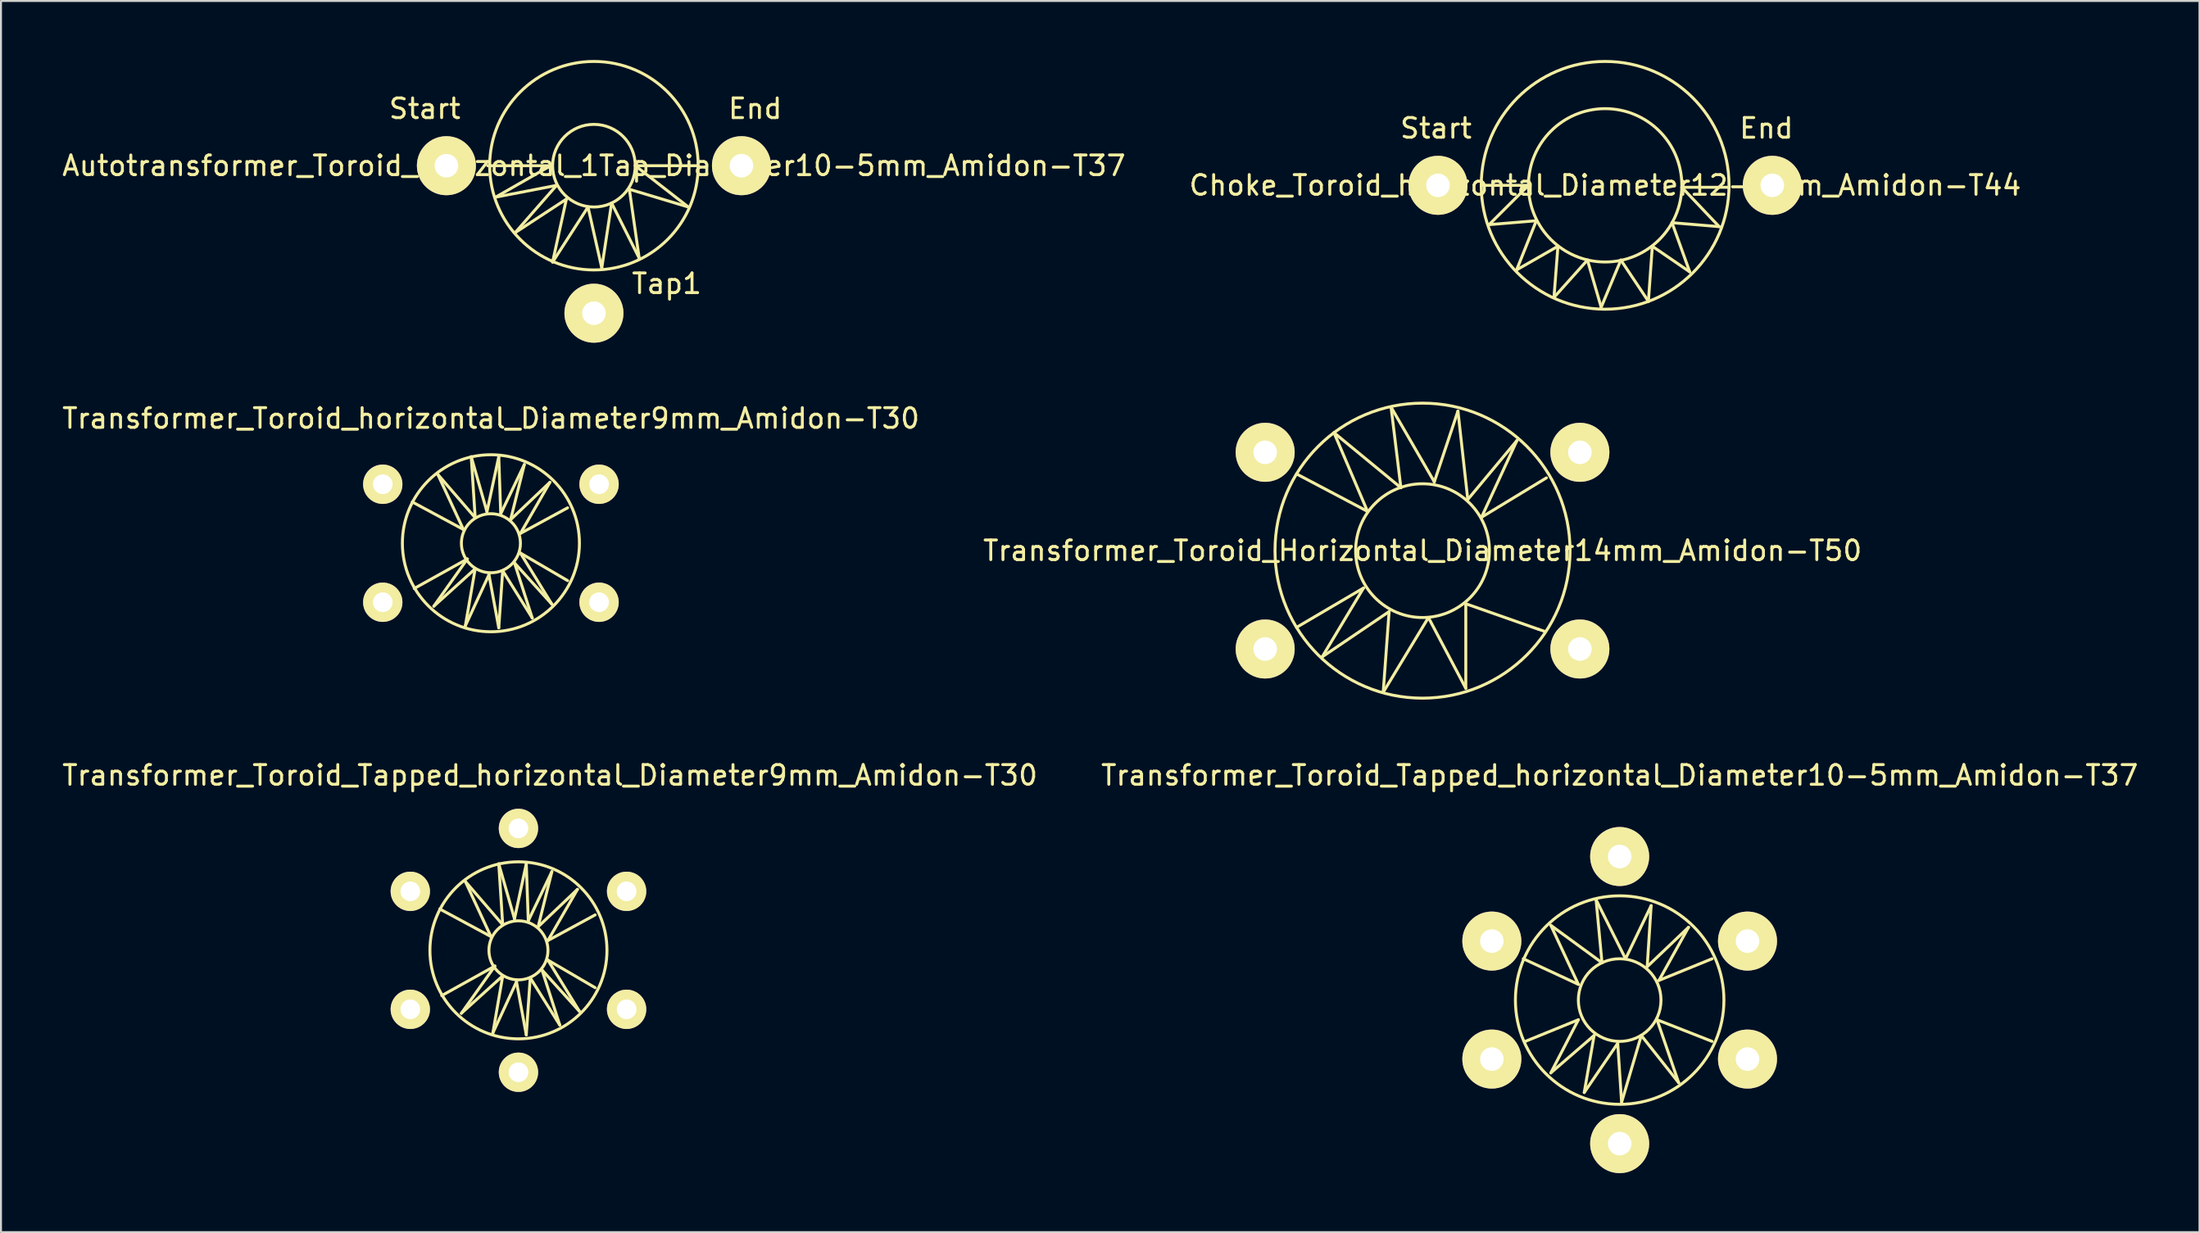
<source format=kicad_pcb>
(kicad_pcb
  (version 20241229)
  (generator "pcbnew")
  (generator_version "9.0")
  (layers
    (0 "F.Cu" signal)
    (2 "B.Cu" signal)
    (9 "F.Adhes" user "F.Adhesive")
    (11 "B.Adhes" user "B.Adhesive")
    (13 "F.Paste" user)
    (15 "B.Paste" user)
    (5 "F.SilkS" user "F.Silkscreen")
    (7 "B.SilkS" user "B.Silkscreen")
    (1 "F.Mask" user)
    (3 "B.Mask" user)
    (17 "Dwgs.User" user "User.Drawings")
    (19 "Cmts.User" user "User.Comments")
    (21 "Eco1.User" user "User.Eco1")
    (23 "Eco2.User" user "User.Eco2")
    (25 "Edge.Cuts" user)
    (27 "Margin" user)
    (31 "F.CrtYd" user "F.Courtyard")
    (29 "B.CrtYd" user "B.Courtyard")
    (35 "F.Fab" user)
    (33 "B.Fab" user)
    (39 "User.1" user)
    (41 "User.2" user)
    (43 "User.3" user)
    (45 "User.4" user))
  (footprint "Choke_Toroid_horizontal_Diameter12-5mm_Amidon-T44"
    (layer "F.Cu")
    (at 78.565 6.374)
    (property "Reference" "Choke_Toroid_horizontal_Diameter12-5mm_Amidon-T44" (at 0 0 0) (layer "F.SilkS") (effects (font (size 1 1) (thickness 0.15))))
    (attr through_hole)
    (fp_line (start -6.2 0) (end -3.899 0) (stroke (width 0.15) (type solid)) (layer "F.SilkS"))
    (fp_line (start -5.9 1.999) (end -3.5 1.801) (stroke (width 0.15) (type solid)) (layer "F.SilkS"))
    (fp_line (start -4.501 4.3) (end -2.4 3.099) (stroke (width 0.15) (type solid)) (layer "F.SilkS"))
    (fp_line (start -3.899 0) (end -5.9 1.999) (stroke (width 0.15) (type solid)) (layer "F.SilkS"))
    (fp_line (start -3.5 1.801) (end -4.501 4.3) (stroke (width 0.15) (type solid)) (layer "F.SilkS"))
    (fp_line (start -2.601 5.7) (end -0.899 3.8) (stroke (width 0.15) (type solid)) (layer "F.SilkS"))
    (fp_line (start -2.4 3.099) (end -2.601 5.7) (stroke (width 0.15) (type solid)) (layer "F.SilkS"))
    (fp_line (start -0.899 3.8) (end -0.201 6.2) (stroke (width 0.15) (type solid)) (layer "F.SilkS"))
    (fp_line (start -0.201 6.2) (end 0.8 3.8) (stroke (width 0.15) (type solid)) (layer "F.SilkS"))
    (fp_line (start 0.8 3.8) (end 2.2 5.9) (stroke (width 0.15) (type solid)) (layer "F.SilkS"))
    (fp_line (start 2.2 5.9) (end 2.4 3.099) (stroke (width 0.15) (type solid)) (layer "F.SilkS"))
    (fp_line (start 2.4 3.099) (end 4.3 4.399) (stroke (width 0.15) (type solid)) (layer "F.SilkS"))
    (fp_line (start 3.401 1.9) (end 5.799 2.101) (stroke (width 0.15) (type solid)) (layer "F.SilkS"))
    (fp_line (start 3.899 0.099) (end 6.299 0.099) (stroke (width 0.15) (type solid)) (layer "F.SilkS"))
    (fp_line (start 4.3 4.399) (end 3.401 1.9) (stroke (width 0.15) (type solid)) (layer "F.SilkS"))
    (fp_line (start 5.799 2.101) (end 3.899 0.099) (stroke (width 0.15) (type solid)) (layer "F.SilkS"))
    (fp_circle (center 0 0) (end 3.899 0) (stroke (width 0.15) (type solid)) (fill no) (layer "F.SilkS"))
    (fp_circle (center 0 0) (end 6.299 0) (stroke (width 0.15) (type solid)) (fill no) (layer "F.SilkS"))
    (fp_text user "Start" (at -8.6 -2.901 0) (layer "F.SilkS") (effects (font (size 1 1) (thickness 0.15))))
    (fp_text user "End" (at 8.199 -2.901 0) (layer "F.SilkS") (effects (font (size 1 1) (thickness 0.15))))
    (pad "1" thru_hole circle (at -8.499 0) (size 3 3) (drill 1.199) (layers "*.Cu" "*.Mask" "F.SilkS"))
    (pad "2" thru_hole circle (at 8.499 0) (size 3 3) (drill 1.199) (layers "*.Cu" "*.Mask" "F.SilkS")))
  (footprint "Autotransformer_Toroid_horizontal_1Tap_Diameter10-5mm_Amidon-T37"
    (layer "F.Cu")
    (at 27.149 5.376)
    (property "Reference" "Autotransformer_Toroid_horizontal_1Tap_Diameter10-5mm_Amidon-T37" (at 0 0 0) (layer "F.SilkS") (effects (font (size 1 1) (thickness 0.15))))
    (attr through_hole)
    (fp_line (start -5.4 0) (end -2.2 0) (stroke (width 0.15) (type solid)) (layer "F.SilkS"))
    (fp_line (start -5.001 1.6) (end -1.9 1.001) (stroke (width 0.15) (type solid)) (layer "F.SilkS"))
    (fp_line (start -4 3.401) (end -1.4 1.699) (stroke (width 0.15) (type solid)) (layer "F.SilkS"))
    (fp_line (start -2.2 0) (end -5.001 1.6) (stroke (width 0.15) (type solid)) (layer "F.SilkS"))
    (fp_line (start -2.101 4.9) (end -0.3 2.101) (stroke (width 0.15) (type solid)) (layer "F.SilkS"))
    (fp_line (start -1.9 1.001) (end -4 3.401) (stroke (width 0.15) (type solid)) (layer "F.SilkS"))
    (fp_line (start -1.4 1.699) (end -2.101 4.9) (stroke (width 0.15) (type solid)) (layer "F.SilkS"))
    (fp_line (start -0.3 2.101) (end 0.399 5.199) (stroke (width 0.15) (type solid)) (layer "F.SilkS"))
    (fp_line (start 0.399 5.199) (end 0.899 1.9) (stroke (width 0.15) (type solid)) (layer "F.SilkS"))
    (fp_line (start 0.899 1.9) (end 2.301 4.699) (stroke (width 0.15) (type solid)) (layer "F.SilkS"))
    (fp_line (start 1.801 1.199) (end 4.801 2.101) (stroke (width 0.15) (type solid)) (layer "F.SilkS"))
    (fp_line (start 2.101 0) (end 5.301 0) (stroke (width 0.15) (type solid)) (layer "F.SilkS"))
    (fp_line (start 2.301 4.699) (end 1.801 1.199) (stroke (width 0.15) (type solid)) (layer "F.SilkS"))
    (fp_line (start 4.801 2.101) (end 2.101 0) (stroke (width 0.15) (type solid)) (layer "F.SilkS"))
    (fp_circle (center 0 0) (end 2.101 0) (stroke (width 0.15) (type solid)) (fill no) (layer "F.SilkS"))
    (fp_circle (center 0 0) (end 5.301 0) (stroke (width 0.15) (type solid)) (fill no) (layer "F.SilkS"))
    (fp_text user "Tap1" (at 3.701 5.999 0) (layer "F.SilkS") (effects (font (size 1 1) (thickness 0.15))))
    (fp_text user "Start" (at -8.6 -2.901 0) (layer "F.SilkS") (effects (font (size 1 1) (thickness 0.15))))
    (fp_text user "End" (at 8.199 -2.901 0) (layer "F.SilkS") (effects (font (size 1 1) (thickness 0.15))))
    (pad "1" thru_hole circle (at -7.501 0) (size 3 3) (drill 1.199) (layers "*.Cu" "*.Mask" "F.SilkS"))
    (pad "2" thru_hole circle (at 0 7.501) (size 3 3) (drill 1.199) (layers "*.Cu" "*.Mask" "F.SilkS"))
    (pad "3" thru_hole circle (at 7.501 0) (size 3 3) (drill 1.199) (layers "*.Cu" "*.Mask" "F.SilkS")))
  (footprint "Transformer_Toroid_Horizontal_Diameter14mm_Amidon-T50"
    (layer "F.Cu")
    (at 69.28 24.952)
    (property "Reference" "Transformer_Toroid_Horizontal_Diameter14mm_Amidon-T50" (at 0 0 0) (layer "F.SilkS") (effects (font (size 1 1) (thickness 0.15))))
    (attr through_hole)
    (fp_line (start -6.401 -3.899) (end -2.799 -1.999) (stroke (width 0.15) (type solid)) (layer "F.SilkS"))
    (fp_line (start -6.401 3.899) (end -3 1.9) (stroke (width 0.15) (type solid)) (layer "F.SilkS"))
    (fp_line (start -5.1 5.4) (end -1.699 3.099) (stroke (width 0.15) (type solid)) (layer "F.SilkS"))
    (fp_line (start -4.501 -5.999) (end -1.1 -3.2) (stroke (width 0.15) (type solid)) (layer "F.SilkS"))
    (fp_line (start -3 1.9) (end -5.1 5.4) (stroke (width 0.15) (type solid)) (layer "F.SilkS"))
    (fp_line (start -2.799 -1.999) (end -4.501 -5.999) (stroke (width 0.15) (type solid)) (layer "F.SilkS"))
    (fp_line (start -1.999 7.201) (end 0.3 3.401) (stroke (width 0.15) (type solid)) (layer "F.SilkS"))
    (fp_line (start -1.699 3.099) (end -1.999 7.201) (stroke (width 0.15) (type solid)) (layer "F.SilkS"))
    (fp_line (start -1.6 -7.3) (end 0.599 -3.5) (stroke (width 0.15) (type solid)) (layer "F.SilkS"))
    (fp_line (start -1.1 -3.2) (end -1.6 -7.3) (stroke (width 0.15) (type solid)) (layer "F.SilkS"))
    (fp_line (start 0.3 3.401) (end 2.2 7) (stroke (width 0.15) (type solid)) (layer "F.SilkS"))
    (fp_line (start 0.599 -3.5) (end 1.801 -7.099) (stroke (width 0.15) (type solid)) (layer "F.SilkS"))
    (fp_line (start 1.801 -7.099) (end 2.301 -2.601) (stroke (width 0.15) (type solid)) (layer "F.SilkS"))
    (fp_line (start 2.2 2.7) (end 5.9 4) (stroke (width 0.15) (type solid)) (layer "F.SilkS"))
    (fp_line (start 2.2 7) (end 2.2 2.7) (stroke (width 0.15) (type solid)) (layer "F.SilkS"))
    (fp_line (start 2.301 -2.601) (end 4.801 -5.601) (stroke (width 0.15) (type solid)) (layer "F.SilkS"))
    (fp_line (start 3 -1.699) (end 6.299 -3.701) (stroke (width 0.15) (type solid)) (layer "F.SilkS"))
    (fp_line (start 4.801 -5.601) (end 3 -1.699) (stroke (width 0.15) (type solid)) (layer "F.SilkS"))
    (fp_line (start 5.9 4) (end 6.2 4.1) (stroke (width 0.15) (type solid)) (layer "F.SilkS"))
    (fp_circle (center 0 0) (end 3.401 0) (stroke (width 0.15) (type solid)) (fill no) (layer "F.SilkS"))
    (fp_circle (center 0 0) (end 7.501 0) (stroke (width 0.15) (type solid)) (fill no) (layer "F.SilkS"))
    (pad "1" thru_hole circle (at -8.001 5.001) (size 3 3) (drill 1.199) (layers "*.Cu" "*.Mask" "F.SilkS"))
    (pad "2" thru_hole circle (at 8.001 5.001) (size 3 3) (drill 1.199) (layers "*.Cu" "*.Mask" "F.SilkS"))
    (pad "3" thru_hole circle (at -8.001 -5.001) (size 3 3) (drill 1.199) (layers "*.Cu" "*.Mask" "F.SilkS"))
    (pad "4" thru_hole circle (at 8.001 -5.001) (size 3 3) (drill 1.199) (layers "*.Cu" "*.Mask" "F.SilkS")))
  (footprint "Transformer_Toroid_Tapped_horizontal_Diameter10-5mm_Amidon-T37"
    (layer "F.Cu")
    (at 79.304 47.806)
    (property "Reference" "Transformer_Toroid_Tapped_horizontal_Diameter10-5mm_Amidon-T37" (at 0 -11.43 0) (layer "F.SilkS") (effects (font (size 1 1) (thickness 0.15))))
    (attr through_hole)
    (fp_line (start -4.9 -2.101) (end -2.101 -0.8) (stroke (width 0.15) (type solid)) (layer "F.SilkS"))
    (fp_line (start -4.801 2.101) (end -2.101 1.001) (stroke (width 0.15) (type solid)) (layer "F.SilkS"))
    (fp_line (start -3.5 -3.8) (end -0.899 -1.9) (stroke (width 0.15) (type solid)) (layer "F.SilkS"))
    (fp_line (start -3.5 3.701) (end -1.3 1.801) (stroke (width 0.15) (type solid)) (layer "F.SilkS"))
    (fp_line (start -2.101 -0.8) (end -3.5 -3.8) (stroke (width 0.15) (type solid)) (layer "F.SilkS"))
    (fp_line (start -2.101 1.001) (end -3.5 3.701) (stroke (width 0.15) (type solid)) (layer "F.SilkS"))
    (fp_line (start -1.801 4.699) (end -0.099 2.2) (stroke (width 0.15) (type solid)) (layer "F.SilkS"))
    (fp_line (start -1.3 1.801) (end -1.801 4.699) (stroke (width 0.15) (type solid)) (layer "F.SilkS"))
    (fp_line (start -1.199 -5.1) (end 0.3 -2.101) (stroke (width 0.15) (type solid)) (layer "F.SilkS"))
    (fp_line (start -0.899 -1.9) (end -1.199 -5.1) (stroke (width 0.15) (type solid)) (layer "F.SilkS"))
    (fp_line (start -0.099 2.2) (end 0.099 5.199) (stroke (width 0.15) (type solid)) (layer "F.SilkS"))
    (fp_line (start 0.099 5.199) (end 1.1 1.801) (stroke (width 0.15) (type solid)) (layer "F.SilkS"))
    (fp_line (start 0.3 -2.101) (end 1.6 -4.801) (stroke (width 0.15) (type solid)) (layer "F.SilkS"))
    (fp_line (start 1.1 1.801) (end 3 4.201) (stroke (width 0.15) (type solid)) (layer "F.SilkS"))
    (fp_line (start 1.4 -1.699) (end 3.5 -3.701) (stroke (width 0.15) (type solid)) (layer "F.SilkS"))
    (fp_line (start 1.6 -4.801) (end 1.4 -1.699) (stroke (width 0.15) (type solid)) (layer "F.SilkS"))
    (fp_line (start 1.9 1.001) (end 4.699 2.101) (stroke (width 0.15) (type solid)) (layer "F.SilkS"))
    (fp_line (start 1.999 -1.001) (end 4.699 -2.101) (stroke (width 0.15) (type solid)) (layer "F.SilkS"))
    (fp_line (start 3 4.201) (end 1.9 1.001) (stroke (width 0.15) (type solid)) (layer "F.SilkS"))
    (fp_line (start 3.5 -3.701) (end 1.999 -1.001) (stroke (width 0.15) (type solid)) (layer "F.SilkS"))
    (fp_circle (center 0 0) (end 2.101 0) (stroke (width 0.15) (type solid)) (fill no) (layer "F.SilkS"))
    (fp_circle (center 0 0) (end 5.301 0) (stroke (width 0.15) (type solid)) (fill no) (layer "F.SilkS"))
    (pad "1" thru_hole circle (at -6.5 3) (size 3 3) (drill 1.199) (layers "*.Cu" "*.Mask" "F.SilkS"))
    (pad "2" thru_hole circle (at 0 7.3) (size 3 3) (drill 1.199) (layers "*.Cu" "*.Mask" "F.SilkS"))
    (pad "3" thru_hole circle (at 6.5 3) (size 3 3) (drill 1.199) (layers "*.Cu" "*.Mask" "F.SilkS"))
    (pad "4" thru_hole circle (at -6.5 -3) (size 3 3) (drill 1.199) (layers "*.Cu" "*.Mask" "F.SilkS"))
    (pad "5" thru_hole circle (at 0 -7.3) (size 3 3) (drill 1.199) (layers "*.Cu" "*.Mask" "F.SilkS"))
    (pad "6" thru_hole circle (at 6.5 -3) (size 3 3) (drill 1.199) (layers "*.Cu" "*.Mask" "F.SilkS")))
  (footprint "Transformer_Toroid_horizontal_Diameter9mm_Amidon-T30"
    (layer "F.Cu")
    (at 21.911 24.575)
    (property "Reference" "Transformer_Toroid_horizontal_Diameter9mm_Amidon-T30" (at 0 -6.35 0) (layer "F.SilkS") (effects (font (size 1 1) (thickness 0.15))))
    (attr through_hole)
    (fp_line (start -4 -2.101) (end -1.4 -0.701) (stroke (width 0.15) (type solid)) (layer "F.SilkS"))
    (fp_line (start -3.899 2.301) (end -1.199 0.8) (stroke (width 0.15) (type solid)) (layer "F.SilkS"))
    (fp_line (start -2.901 3.2) (end -0.8 1.3) (stroke (width 0.15) (type solid)) (layer "F.SilkS"))
    (fp_line (start -2.7 -3.5) (end -0.8 -1.3) (stroke (width 0.15) (type solid)) (layer "F.SilkS"))
    (fp_line (start -1.4 -0.701) (end -2.7 -3.5) (stroke (width 0.15) (type solid)) (layer "F.SilkS"))
    (fp_line (start -1.3 4.201) (end -0.099 1.6) (stroke (width 0.15) (type solid)) (layer "F.SilkS"))
    (fp_line (start -1.199 0.8) (end -2.901 3.2) (stroke (width 0.15) (type solid)) (layer "F.SilkS"))
    (fp_line (start -1.001 -4.399) (end -0.201 -1.6) (stroke (width 0.15) (type solid)) (layer "F.SilkS"))
    (fp_line (start -0.8 -1.3) (end -1.001 -4.399) (stroke (width 0.15) (type solid)) (layer "F.SilkS"))
    (fp_line (start -0.8 1.3) (end -1.3 4.201) (stroke (width 0.15) (type solid)) (layer "F.SilkS"))
    (fp_line (start -0.201 -1.6) (end 0.399 -4.399) (stroke (width 0.15) (type solid)) (layer "F.SilkS"))
    (fp_line (start -0.099 1.6) (end 0.399 4.3) (stroke (width 0.15) (type solid)) (layer "F.SilkS"))
    (fp_line (start 0.399 -4.399) (end 0.5 -1.501) (stroke (width 0.15) (type solid)) (layer "F.SilkS"))
    (fp_line (start 0.399 4.3) (end 0.599 1.4) (stroke (width 0.15) (type solid)) (layer "F.SilkS"))
    (fp_line (start 0.5 -1.501) (end 1.699 -4) (stroke (width 0.15) (type solid)) (layer "F.SilkS"))
    (fp_line (start 0.599 1.4) (end 2.101 3.8) (stroke (width 0.15) (type solid)) (layer "F.SilkS"))
    (fp_line (start 1.001 -1.199) (end 3 -3.099) (stroke (width 0.15) (type solid)) (layer "F.SilkS"))
    (fp_line (start 1.199 1.001) (end 3.099 3.099) (stroke (width 0.15) (type solid)) (layer "F.SilkS"))
    (fp_line (start 1.501 -0.5) (end 3.899 -1.801) (stroke (width 0.15) (type solid)) (layer "F.SilkS"))
    (fp_line (start 1.501 0.5) (end 3.899 1.9) (stroke (width 0.15) (type solid)) (layer "F.SilkS"))
    (fp_line (start 1.699 -4) (end 1.001 -1.199) (stroke (width 0.15) (type solid)) (layer "F.SilkS"))
    (fp_line (start 2.101 3.8) (end 1.199 1.001) (stroke (width 0.15) (type solid)) (layer "F.SilkS"))
    (fp_line (start 3 -3.099) (end 1.501 -0.5) (stroke (width 0.15) (type solid)) (layer "F.SilkS"))
    (fp_line (start 3.099 3.099) (end 1.501 0.5) (stroke (width 0.15) (type solid)) (layer "F.SilkS"))
    (fp_circle (center 0 0) (end 1.501 0) (stroke (width 0.15) (type solid)) (fill no) (layer "F.SilkS"))
    (fp_circle (center 0 0) (end 4.501 0) (stroke (width 0.15) (type solid)) (fill no) (layer "F.SilkS"))
    (pad "1" thru_hole circle (at -5.499 3) (size 1.999 1.999) (drill 1.001) (layers "*.Cu" "*.Mask" "F.SilkS"))
    (pad "2" thru_hole circle (at 5.499 3) (size 1.999 1.999) (drill 1.001) (layers "*.Cu" "*.Mask" "F.SilkS"))
    (pad "3" thru_hole circle (at -5.499 -3) (size 1.999 1.999) (drill 1.001) (layers "*.Cu" "*.Mask" "F.SilkS"))
    (pad "4" thru_hole circle (at 5.499 -3) (size 1.999 1.999) (drill 1.001) (layers "*.Cu" "*.Mask" "F.SilkS")))
  (footprint "Transformer_Toroid_Tapped_horizontal_Diameter9mm_Amidon-T30"
    (layer "F.Cu")
    (at 23.311 45.276)
    (property "Reference" "Transformer_Toroid_Tapped_horizontal_Diameter9mm_Amidon-T30" (at 1.6 -8.9 0) (layer "F.SilkS") (effects (font (size 1 1) (thickness 0.15))))
    (attr through_hole)
    (fp_line (start -4 -2.101) (end -1.4 -0.701) (stroke (width 0.15) (type solid)) (layer "F.SilkS"))
    (fp_line (start -3.899 2.301) (end -1.199 0.8) (stroke (width 0.15) (type solid)) (layer "F.SilkS"))
    (fp_line (start -2.901 3.2) (end -0.8 1.3) (stroke (width 0.15) (type solid)) (layer "F.SilkS"))
    (fp_line (start -2.7 -3.5) (end -0.8 -1.3) (stroke (width 0.15) (type solid)) (layer "F.SilkS"))
    (fp_line (start -1.4 -0.701) (end -2.7 -3.5) (stroke (width 0.15) (type solid)) (layer "F.SilkS"))
    (fp_line (start -1.3 4.201) (end -0.099 1.6) (stroke (width 0.15) (type solid)) (layer "F.SilkS"))
    (fp_line (start -1.199 0.8) (end -2.901 3.2) (stroke (width 0.15) (type solid)) (layer "F.SilkS"))
    (fp_line (start -1.001 -4.399) (end -0.201 -1.6) (stroke (width 0.15) (type solid)) (layer "F.SilkS"))
    (fp_line (start -0.8 -1.3) (end -1.001 -4.399) (stroke (width 0.15) (type solid)) (layer "F.SilkS"))
    (fp_line (start -0.8 1.3) (end -1.3 4.201) (stroke (width 0.15) (type solid)) (layer "F.SilkS"))
    (fp_line (start -0.201 -1.6) (end 0.399 -4.399) (stroke (width 0.15) (type solid)) (layer "F.SilkS"))
    (fp_line (start -0.099 1.6) (end 0.399 4.3) (stroke (width 0.15) (type solid)) (layer "F.SilkS"))
    (fp_line (start 0.399 -4.399) (end 0.5 -1.501) (stroke (width 0.15) (type solid)) (layer "F.SilkS"))
    (fp_line (start 0.399 4.3) (end 0.599 1.4) (stroke (width 0.15) (type solid)) (layer "F.SilkS"))
    (fp_line (start 0.5 -1.501) (end 1.699 -4) (stroke (width 0.15) (type solid)) (layer "F.SilkS"))
    (fp_line (start 0.599 1.4) (end 2.101 3.8) (stroke (width 0.15) (type solid)) (layer "F.SilkS"))
    (fp_line (start 1.001 -1.199) (end 3 -3.099) (stroke (width 0.15) (type solid)) (layer "F.SilkS"))
    (fp_line (start 1.199 1.001) (end 3.099 3.099) (stroke (width 0.15) (type solid)) (layer "F.SilkS"))
    (fp_line (start 1.501 -0.5) (end 3.899 -1.801) (stroke (width 0.15) (type solid)) (layer "F.SilkS"))
    (fp_line (start 1.501 0.5) (end 3.899 1.9) (stroke (width 0.15) (type solid)) (layer "F.SilkS"))
    (fp_line (start 1.699 -4) (end 1.001 -1.199) (stroke (width 0.15) (type solid)) (layer "F.SilkS"))
    (fp_line (start 2.101 3.8) (end 1.199 1.001) (stroke (width 0.15) (type solid)) (layer "F.SilkS"))
    (fp_line (start 3 -3.099) (end 1.501 -0.5) (stroke (width 0.15) (type solid)) (layer "F.SilkS"))
    (fp_line (start 3.099 3.099) (end 1.501 0.5) (stroke (width 0.15) (type solid)) (layer "F.SilkS"))
    (fp_circle (center 0 0) (end 1.501 0) (stroke (width 0.15) (type solid)) (fill no) (layer "F.SilkS"))
    (fp_circle (center 0 0) (end 4.501 0) (stroke (width 0.15) (type solid)) (fill no) (layer "F.SilkS"))
    (pad "1" thru_hole circle (at -5.499 3) (size 1.999 1.999) (drill 1.001) (layers "*.Cu" "*.Mask" "F.SilkS"))
    (pad "2" thru_hole circle (at 0 6.2) (size 1.999 1.999) (drill 1.001) (layers "*.Cu" "*.Mask" "F.SilkS"))
    (pad "3" thru_hole circle (at 5.499 3) (size 1.999 1.999) (drill 1.001) (layers "*.Cu" "*.Mask" "F.SilkS"))
    (pad "4" thru_hole circle (at -5.499 -3) (size 1.999 1.999) (drill 1.001) (layers "*.Cu" "*.Mask" "F.SilkS"))
    (pad "5" thru_hole circle (at 0 -6.2) (size 1.999 1.999) (drill 1.001) (layers "*.Cu" "*.Mask" "F.SilkS"))
    (pad "6" thru_hole circle (at 5.499 -3) (size 1.999 1.999) (drill 1.001) (layers "*.Cu" "*.Mask" "F.SilkS")))
  (gr_rect
    (start -3 -3)
    (end 108.786 59.606)
    (stroke (width 0.1) (type default))
    (fill no)
    (layer "Edge.Cuts")))
</source>
